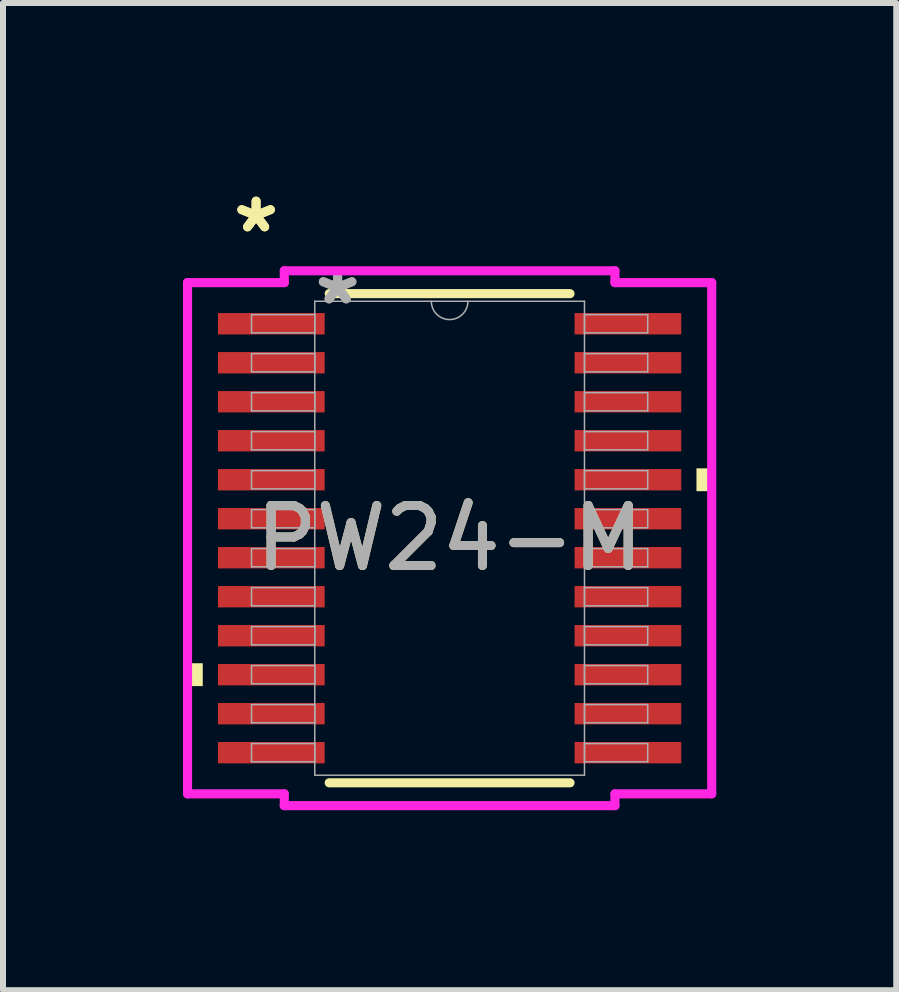
<source format=kicad_pcb>
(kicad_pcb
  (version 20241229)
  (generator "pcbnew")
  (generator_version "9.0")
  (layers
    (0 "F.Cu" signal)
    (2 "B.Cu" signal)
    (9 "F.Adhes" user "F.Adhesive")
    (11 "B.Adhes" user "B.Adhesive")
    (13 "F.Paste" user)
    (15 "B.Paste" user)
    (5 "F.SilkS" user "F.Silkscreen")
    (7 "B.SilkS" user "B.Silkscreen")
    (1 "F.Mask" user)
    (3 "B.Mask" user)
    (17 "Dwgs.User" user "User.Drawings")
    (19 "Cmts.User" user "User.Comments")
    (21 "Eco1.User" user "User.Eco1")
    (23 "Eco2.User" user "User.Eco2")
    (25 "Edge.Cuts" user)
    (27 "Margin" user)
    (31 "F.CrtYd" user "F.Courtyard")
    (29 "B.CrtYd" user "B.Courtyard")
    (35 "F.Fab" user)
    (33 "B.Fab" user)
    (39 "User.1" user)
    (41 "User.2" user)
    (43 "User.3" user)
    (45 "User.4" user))
  (footprint "PW24-M"
    (layer "F.Cu")
    (at 4.445 5.922)
    (property "Reference" "PW24-M" (at 0 0 0) (unlocked yes) (layer "F.SilkS") (effects (font (size 1 1) (thickness 0.15))))
    (attr smd)
    (fp_line (start -2.007 4.077) (end 2.007 4.077) (stroke (width 0.152) (type solid)) (layer "F.SilkS"))
    (fp_line (start 2.007 -4.077) (end -2.007 -4.077) (stroke (width 0.152) (type solid)) (layer "F.SilkS"))
    (fp_poly (pts (xy -4.369 2.084) (xy -4.369 2.465) (xy -4.115 2.465) (xy -4.115 2.084)) (stroke (width 0) (type solid)) (fill yes) (layer "F.SilkS"))
    (fp_poly (pts (xy 4.369 -1.165) (xy 4.369 -0.784) (xy 4.115 -0.784) (xy 4.115 -1.165)) (stroke (width 0) (type solid)) (fill yes) (layer "F.SilkS"))
    (fp_line (start -4.369 -4.261) (end -2.756 -4.261) (stroke (width 0.152) (type solid)) (layer "F.CrtYd"))
    (fp_line (start -4.369 4.261) (end -4.369 -4.261) (stroke (width 0.152) (type solid)) (layer "F.CrtYd"))
    (fp_line (start -4.369 4.261) (end -2.756 4.261) (stroke (width 0.152) (type solid)) (layer "F.CrtYd"))
    (fp_line (start -2.756 -4.458) (end 2.756 -4.458) (stroke (width 0.152) (type solid)) (layer "F.CrtYd"))
    (fp_line (start -2.756 -4.261) (end -2.756 -4.458) (stroke (width 0.152) (type solid)) (layer "F.CrtYd"))
    (fp_line (start -2.756 4.458) (end -2.756 4.261) (stroke (width 0.152) (type solid)) (layer "F.CrtYd"))
    (fp_line (start 2.756 -4.458) (end 2.756 -4.261) (stroke (width 0.152) (type solid)) (layer "F.CrtYd"))
    (fp_line (start 2.756 4.261) (end 2.756 4.458) (stroke (width 0.152) (type solid)) (layer "F.CrtYd"))
    (fp_line (start 2.756 4.458) (end -2.756 4.458) (stroke (width 0.152) (type solid)) (layer "F.CrtYd"))
    (fp_line (start 4.369 -4.261) (end 2.756 -4.261) (stroke (width 0.152) (type solid)) (layer "F.CrtYd"))
    (fp_line (start 4.369 -4.261) (end 4.369 4.261) (stroke (width 0.152) (type solid)) (layer "F.CrtYd"))
    (fp_line (start 4.369 4.261) (end 2.756 4.261) (stroke (width 0.152) (type solid)) (layer "F.CrtYd"))
    (fp_line (start -3.302 -3.727) (end -3.302 -3.423) (stroke (width 0.025) (type solid)) (layer "F.Fab"))
    (fp_line (start -3.302 -3.423) (end -2.248 -3.423) (stroke (width 0.025) (type solid)) (layer "F.Fab"))
    (fp_line (start -3.302 -3.077) (end -3.302 -2.773) (stroke (width 0.025) (type solid)) (layer "F.Fab"))
    (fp_line (start -3.302 -2.773) (end -2.248 -2.773) (stroke (width 0.025) (type solid)) (layer "F.Fab"))
    (fp_line (start -3.302 -2.427) (end -3.302 -2.123) (stroke (width 0.025) (type solid)) (layer "F.Fab"))
    (fp_line (start -3.302 -2.123) (end -2.248 -2.123) (stroke (width 0.025) (type solid)) (layer "F.Fab"))
    (fp_line (start -3.302 -1.777) (end -3.302 -1.473) (stroke (width 0.025) (type solid)) (layer "F.Fab"))
    (fp_line (start -3.302 -1.473) (end -2.248 -1.473) (stroke (width 0.025) (type solid)) (layer "F.Fab"))
    (fp_line (start -3.302 -1.127) (end -3.302 -0.823) (stroke (width 0.025) (type solid)) (layer "F.Fab"))
    (fp_line (start -3.302 -0.823) (end -2.248 -0.823) (stroke (width 0.025) (type solid)) (layer "F.Fab"))
    (fp_line (start -3.302 -0.477) (end -3.302 -0.173) (stroke (width 0.025) (type solid)) (layer "F.Fab"))
    (fp_line (start -3.302 -0.173) (end -2.248 -0.173) (stroke (width 0.025) (type solid)) (layer "F.Fab"))
    (fp_line (start -3.302 0.173) (end -3.302 0.477) (stroke (width 0.025) (type solid)) (layer "F.Fab"))
    (fp_line (start -3.302 0.477) (end -2.248 0.477) (stroke (width 0.025) (type solid)) (layer "F.Fab"))
    (fp_line (start -3.302 0.823) (end -3.302 1.127) (stroke (width 0.025) (type solid)) (layer "F.Fab"))
    (fp_line (start -3.302 1.127) (end -2.248 1.127) (stroke (width 0.025) (type solid)) (layer "F.Fab"))
    (fp_line (start -3.302 1.473) (end -3.302 1.777) (stroke (width 0.025) (type solid)) (layer "F.Fab"))
    (fp_line (start -3.302 1.777) (end -2.248 1.777) (stroke (width 0.025) (type solid)) (layer "F.Fab"))
    (fp_line (start -3.302 2.123) (end -3.302 2.427) (stroke (width 0.025) (type solid)) (layer "F.Fab"))
    (fp_line (start -3.302 2.427) (end -2.248 2.427) (stroke (width 0.025) (type solid)) (layer "F.Fab"))
    (fp_line (start -3.302 2.773) (end -3.302 3.077) (stroke (width 0.025) (type solid)) (layer "F.Fab"))
    (fp_line (start -3.302 3.077) (end -2.248 3.077) (stroke (width 0.025) (type solid)) (layer "F.Fab"))
    (fp_line (start -3.302 3.423) (end -3.302 3.727) (stroke (width 0.025) (type solid)) (layer "F.Fab"))
    (fp_line (start -3.302 3.727) (end -2.248 3.727) (stroke (width 0.025) (type solid)) (layer "F.Fab"))
    (fp_line (start -2.248 -3.95) (end -2.248 3.95) (stroke (width 0.025) (type solid)) (layer "F.Fab"))
    (fp_line (start -2.248 -3.727) (end -3.302 -3.727) (stroke (width 0.025) (type solid)) (layer "F.Fab"))
    (fp_line (start -2.248 -3.423) (end -2.248 -3.727) (stroke (width 0.025) (type solid)) (layer "F.Fab"))
    (fp_line (start -2.248 -3.077) (end -3.302 -3.077) (stroke (width 0.025) (type solid)) (layer "F.Fab"))
    (fp_line (start -2.248 -2.773) (end -2.248 -3.077) (stroke (width 0.025) (type solid)) (layer "F.Fab"))
    (fp_line (start -2.248 -2.427) (end -3.302 -2.427) (stroke (width 0.025) (type solid)) (layer "F.Fab"))
    (fp_line (start -2.248 -2.123) (end -2.248 -2.427) (stroke (width 0.025) (type solid)) (layer "F.Fab"))
    (fp_line (start -2.248 -1.777) (end -3.302 -1.777) (stroke (width 0.025) (type solid)) (layer "F.Fab"))
    (fp_line (start -2.248 -1.473) (end -2.248 -1.777) (stroke (width 0.025) (type solid)) (layer "F.Fab"))
    (fp_line (start -2.248 -1.127) (end -3.302 -1.127) (stroke (width 0.025) (type solid)) (layer "F.Fab"))
    (fp_line (start -2.248 -0.823) (end -2.248 -1.127) (stroke (width 0.025) (type solid)) (layer "F.Fab"))
    (fp_line (start -2.248 -0.477) (end -3.302 -0.477) (stroke (width 0.025) (type solid)) (layer "F.Fab"))
    (fp_line (start -2.248 -0.173) (end -2.248 -0.477) (stroke (width 0.025) (type solid)) (layer "F.Fab"))
    (fp_line (start -2.248 0.173) (end -3.302 0.173) (stroke (width 0.025) (type solid)) (layer "F.Fab"))
    (fp_line (start -2.248 0.477) (end -2.248 0.173) (stroke (width 0.025) (type solid)) (layer "F.Fab"))
    (fp_line (start -2.248 0.823) (end -3.302 0.823) (stroke (width 0.025) (type solid)) (layer "F.Fab"))
    (fp_line (start -2.248 1.127) (end -2.248 0.823) (stroke (width 0.025) (type solid)) (layer "F.Fab"))
    (fp_line (start -2.248 1.473) (end -3.302 1.473) (stroke (width 0.025) (type solid)) (layer "F.Fab"))
    (fp_line (start -2.248 1.777) (end -2.248 1.473) (stroke (width 0.025) (type solid)) (layer "F.Fab"))
    (fp_line (start -2.248 2.123) (end -3.302 2.123) (stroke (width 0.025) (type solid)) (layer "F.Fab"))
    (fp_line (start -2.248 2.427) (end -2.248 2.123) (stroke (width 0.025) (type solid)) (layer "F.Fab"))
    (fp_line (start -2.248 2.773) (end -3.302 2.773) (stroke (width 0.025) (type solid)) (layer "F.Fab"))
    (fp_line (start -2.248 3.077) (end -2.248 2.773) (stroke (width 0.025) (type solid)) (layer "F.Fab"))
    (fp_line (start -2.248 3.423) (end -3.302 3.423) (stroke (width 0.025) (type solid)) (layer "F.Fab"))
    (fp_line (start -2.248 3.727) (end -2.248 3.423) (stroke (width 0.025) (type solid)) (layer "F.Fab"))
    (fp_line (start -2.248 3.95) (end 2.248 3.95) (stroke (width 0.025) (type solid)) (layer "F.Fab"))
    (fp_line (start 2.248 -3.95) (end -2.248 -3.95) (stroke (width 0.025) (type solid)) (layer "F.Fab"))
    (fp_line (start 2.248 -3.727) (end 2.248 -3.423) (stroke (width 0.025) (type solid)) (layer "F.Fab"))
    (fp_line (start 2.248 -3.423) (end 3.302 -3.423) (stroke (width 0.025) (type solid)) (layer "F.Fab"))
    (fp_line (start 2.248 -3.077) (end 2.248 -2.773) (stroke (width 0.025) (type solid)) (layer "F.Fab"))
    (fp_line (start 2.248 -2.773) (end 3.302 -2.773) (stroke (width 0.025) (type solid)) (layer "F.Fab"))
    (fp_line (start 2.248 -2.427) (end 2.248 -2.123) (stroke (width 0.025) (type solid)) (layer "F.Fab"))
    (fp_line (start 2.248 -2.123) (end 3.302 -2.123) (stroke (width 0.025) (type solid)) (layer "F.Fab"))
    (fp_line (start 2.248 -1.777) (end 2.248 -1.473) (stroke (width 0.025) (type solid)) (layer "F.Fab"))
    (fp_line (start 2.248 -1.473) (end 3.302 -1.473) (stroke (width 0.025) (type solid)) (layer "F.Fab"))
    (fp_line (start 2.248 -1.127) (end 2.248 -0.823) (stroke (width 0.025) (type solid)) (layer "F.Fab"))
    (fp_line (start 2.248 -0.823) (end 3.302 -0.823) (stroke (width 0.025) (type solid)) (layer "F.Fab"))
    (fp_line (start 2.248 -0.477) (end 2.248 -0.173) (stroke (width 0.025) (type solid)) (layer "F.Fab"))
    (fp_line (start 2.248 -0.173) (end 3.302 -0.173) (stroke (width 0.025) (type solid)) (layer "F.Fab"))
    (fp_line (start 2.248 0.173) (end 2.248 0.477) (stroke (width 0.025) (type solid)) (layer "F.Fab"))
    (fp_line (start 2.248 0.477) (end 3.302 0.477) (stroke (width 0.025) (type solid)) (layer "F.Fab"))
    (fp_line (start 2.248 0.823) (end 2.248 1.127) (stroke (width 0.025) (type solid)) (layer "F.Fab"))
    (fp_line (start 2.248 1.127) (end 3.302 1.127) (stroke (width 0.025) (type solid)) (layer "F.Fab"))
    (fp_line (start 2.248 1.473) (end 2.248 1.777) (stroke (width 0.025) (type solid)) (layer "F.Fab"))
    (fp_line (start 2.248 1.777) (end 3.302 1.777) (stroke (width 0.025) (type solid)) (layer "F.Fab"))
    (fp_line (start 2.248 2.123) (end 2.248 2.427) (stroke (width 0.025) (type solid)) (layer "F.Fab"))
    (fp_line (start 2.248 2.427) (end 3.302 2.427) (stroke (width 0.025) (type solid)) (layer "F.Fab"))
    (fp_line (start 2.248 2.773) (end 2.248 3.077) (stroke (width 0.025) (type solid)) (layer "F.Fab"))
    (fp_line (start 2.248 3.077) (end 3.302 3.077) (stroke (width 0.025) (type solid)) (layer "F.Fab"))
    (fp_line (start 2.248 3.423) (end 2.248 3.727) (stroke (width 0.025) (type solid)) (layer "F.Fab"))
    (fp_line (start 2.248 3.727) (end 3.302 3.727) (stroke (width 0.025) (type solid)) (layer "F.Fab"))
    (fp_line (start 2.248 3.95) (end 2.248 -3.95) (stroke (width 0.025) (type solid)) (layer "F.Fab"))
    (fp_line (start 3.302 -3.727) (end 2.248 -3.727) (stroke (width 0.025) (type solid)) (layer "F.Fab"))
    (fp_line (start 3.302 -3.423) (end 3.302 -3.727) (stroke (width 0.025) (type solid)) (layer "F.Fab"))
    (fp_line (start 3.302 -3.077) (end 2.248 -3.077) (stroke (width 0.025) (type solid)) (layer "F.Fab"))
    (fp_line (start 3.302 -2.773) (end 3.302 -3.077) (stroke (width 0.025) (type solid)) (layer "F.Fab"))
    (fp_line (start 3.302 -2.427) (end 2.248 -2.427) (stroke (width 0.025) (type solid)) (layer "F.Fab"))
    (fp_line (start 3.302 -2.123) (end 3.302 -2.427) (stroke (width 0.025) (type solid)) (layer "F.Fab"))
    (fp_line (start 3.302 -1.777) (end 2.248 -1.777) (stroke (width 0.025) (type solid)) (layer "F.Fab"))
    (fp_line (start 3.302 -1.473) (end 3.302 -1.777) (stroke (width 0.025) (type solid)) (layer "F.Fab"))
    (fp_line (start 3.302 -1.127) (end 2.248 -1.127) (stroke (width 0.025) (type solid)) (layer "F.Fab"))
    (fp_line (start 3.302 -0.823) (end 3.302 -1.127) (stroke (width 0.025) (type solid)) (layer "F.Fab"))
    (fp_line (start 3.302 -0.477) (end 2.248 -0.477) (stroke (width 0.025) (type solid)) (layer "F.Fab"))
    (fp_line (start 3.302 -0.173) (end 3.302 -0.477) (stroke (width 0.025) (type solid)) (layer "F.Fab"))
    (fp_line (start 3.302 0.173) (end 2.248 0.173) (stroke (width 0.025) (type solid)) (layer "F.Fab"))
    (fp_line (start 3.302 0.477) (end 3.302 0.173) (stroke (width 0.025) (type solid)) (layer "F.Fab"))
    (fp_line (start 3.302 0.823) (end 2.248 0.823) (stroke (width 0.025) (type solid)) (layer "F.Fab"))
    (fp_line (start 3.302 1.127) (end 3.302 0.823) (stroke (width 0.025) (type solid)) (layer "F.Fab"))
    (fp_line (start 3.302 1.473) (end 2.248 1.473) (stroke (width 0.025) (type solid)) (layer "F.Fab"))
    (fp_line (start 3.302 1.777) (end 3.302 1.473) (stroke (width 0.025) (type solid)) (layer "F.Fab"))
    (fp_line (start 3.302 2.123) (end 2.248 2.123) (stroke (width 0.025) (type solid)) (layer "F.Fab"))
    (fp_line (start 3.302 2.427) (end 3.302 2.123) (stroke (width 0.025) (type solid)) (layer "F.Fab"))
    (fp_line (start 3.302 2.773) (end 2.248 2.773) (stroke (width 0.025) (type solid)) (layer "F.Fab"))
    (fp_line (start 3.302 3.077) (end 3.302 2.773) (stroke (width 0.025) (type solid)) (layer "F.Fab"))
    (fp_line (start 3.302 3.423) (end 2.248 3.423) (stroke (width 0.025) (type solid)) (layer "F.Fab"))
    (fp_line (start 3.302 3.727) (end 3.302 3.423) (stroke (width 0.025) (type solid)) (layer "F.Fab"))
    (fp_arc (start 0.3048 -3.9497) (mid 0 -3.6449) (end -0.3048 -3.9497) (stroke (width 0.0254) (type solid)) (layer "F.Fab"))
    (fp_text user "*" (at -3.226 -5.074 0) (unlocked yes) (layer "F.SilkS") (effects (font (size 1 1) (thickness 0.15))))
    (fp_text user "*" (at -3.226 -5.074 0) (layer "F.SilkS") (effects (font (size 1 1) (thickness 0.15))))
    (fp_text user "*" (at -1.867 -3.873 0) (unlocked yes) (layer "F.Fab") (effects (font (size 1 1) (thickness 0.15))))
    (fp_text user "${REFERENCE}" (at 0 0 0) (unlocked yes) (layer "F.Fab") (effects (font (size 1 1) (thickness 0.15))))
    (fp_text user "*" (at -1.867 -3.873 0) (layer "F.Fab") (effects (font (size 1 1) (thickness 0.15))))
    (pad "1" smd rect (at -2.972 -3.575) (size 1.778 0.356) (layers "F.Cu" "F.Mask" "F.Paste"))
    (pad "2" smd rect (at -2.972 -2.925) (size 1.778 0.356) (layers "F.Cu" "F.Mask" "F.Paste"))
    (pad "3" smd rect (at -2.972 -2.275) (size 1.778 0.356) (layers "F.Cu" "F.Mask" "F.Paste"))
    (pad "4" smd rect (at -2.972 -1.625) (size 1.778 0.356) (layers "F.Cu" "F.Mask" "F.Paste"))
    (pad "5" smd rect (at -2.972 -0.975) (size 1.778 0.356) (layers "F.Cu" "F.Mask" "F.Paste"))
    (pad "6" smd rect (at -2.972 -0.325) (size 1.778 0.356) (layers "F.Cu" "F.Mask" "F.Paste"))
    (pad "7" smd rect (at -2.972 0.325) (size 1.778 0.356) (layers "F.Cu" "F.Mask" "F.Paste"))
    (pad "8" smd rect (at -2.972 0.975) (size 1.778 0.356) (layers "F.Cu" "F.Mask" "F.Paste"))
    (pad "9" smd rect (at -2.972 1.625) (size 1.778 0.356) (layers "F.Cu" "F.Mask" "F.Paste"))
    (pad "10" smd rect (at -2.972 2.275) (size 1.778 0.356) (layers "F.Cu" "F.Mask" "F.Paste"))
    (pad "11" smd rect (at -2.972 2.925) (size 1.778 0.356) (layers "F.Cu" "F.Mask" "F.Paste"))
    (pad "12" smd rect (at -2.972 3.575) (size 1.778 0.356) (layers "F.Cu" "F.Mask" "F.Paste"))
    (pad "13" smd rect (at 2.972 3.575) (size 1.778 0.356) (layers "F.Cu" "F.Mask" "F.Paste"))
    (pad "14" smd rect (at 2.972 2.925) (size 1.778 0.356) (layers "F.Cu" "F.Mask" "F.Paste"))
    (pad "15" smd rect (at 2.972 2.275) (size 1.778 0.356) (layers "F.Cu" "F.Mask" "F.Paste"))
    (pad "16" smd rect (at 2.972 1.625) (size 1.778 0.356) (layers "F.Cu" "F.Mask" "F.Paste"))
    (pad "17" smd rect (at 2.972 0.975) (size 1.778 0.356) (layers "F.Cu" "F.Mask" "F.Paste"))
    (pad "18" smd rect (at 2.972 0.325) (size 1.778 0.356) (layers "F.Cu" "F.Mask" "F.Paste"))
    (pad "19" smd rect (at 2.972 -0.325) (size 1.778 0.356) (layers "F.Cu" "F.Mask" "F.Paste"))
    (pad "20" smd rect (at 2.972 -0.975) (size 1.778 0.356) (layers "F.Cu" "F.Mask" "F.Paste"))
    (pad "21" smd rect (at 2.972 -1.625) (size 1.778 0.356) (layers "F.Cu" "F.Mask" "F.Paste"))
    (pad "22" smd rect (at 2.972 -2.275) (size 1.778 0.356) (layers "F.Cu" "F.Mask" "F.Paste"))
    (pad "23" smd rect (at 2.972 -2.925) (size 1.778 0.356) (layers "F.Cu" "F.Mask" "F.Paste"))
    (pad "24" smd rect (at 2.972 -3.575) (size 1.778 0.356) (layers "F.Cu" "F.Mask" "F.Paste")))
  (gr_rect
    (start -3 -3)
    (end 11.89 13.456)
    (stroke (width 0.1) (type default))
    (fill no)
    (layer "Edge.Cuts")))
</source>
